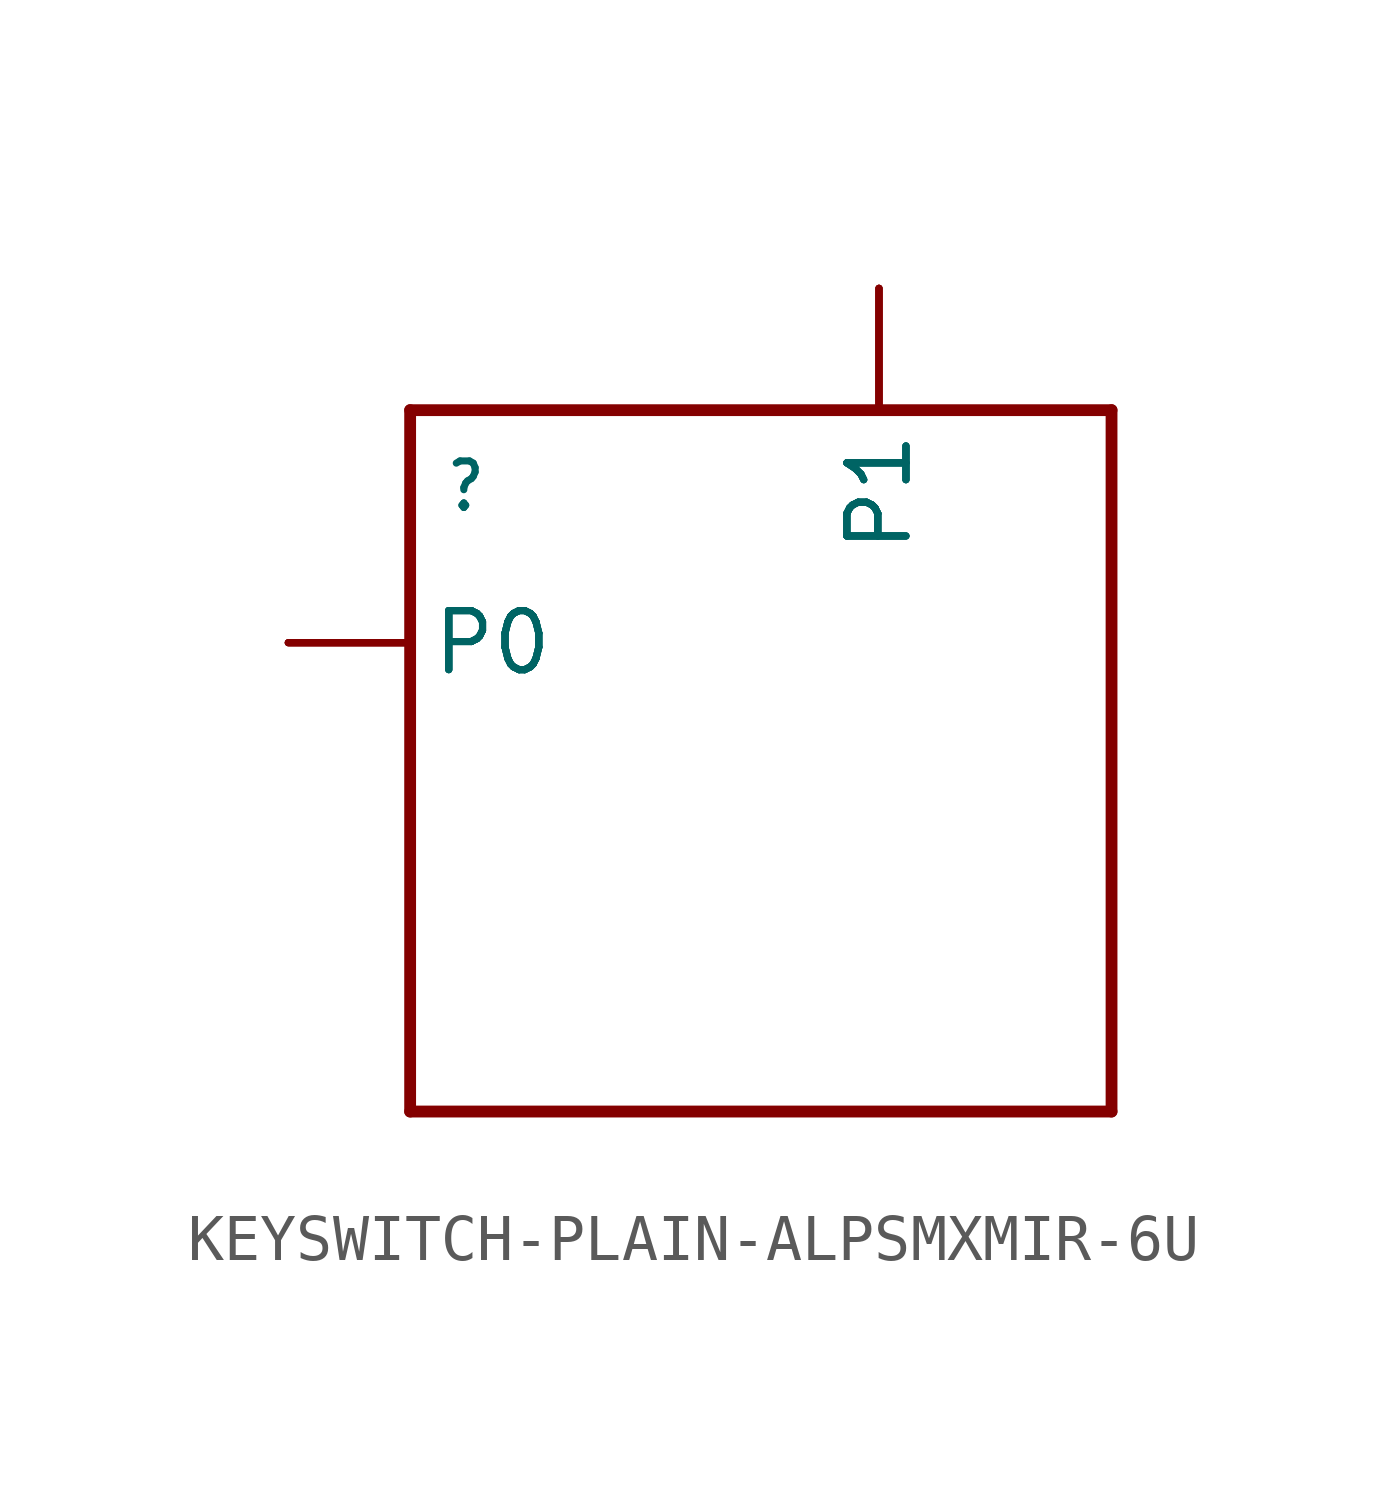
<source format=kicad_sym>
(kicad_symbol_lib
  (version 20211014)
  (generator kicad_symbol_editor)
  (symbol "KEYSWITCH-PLAIN-ALPSMXMIR-6U"
    (property "Reference" ""
      (at -6.81 5.318 0)
      (effects (font (size 1 0.85)) (justify left bottom)))
    (property "ki_locked" ""
      (at 0 0 0)
      (effects (font (size 1.27 1.27))))
    (symbol "KEYSWITCH-PLAIN-ALPSMXMIR-6U_1_0"
      (polyline (pts (xy -7.54 -7.54) (xy -7.54 7.54)) (stroke (width 0.254) (type default) (color 0 0 0 0)) (fill (type none)))
      (polyline (pts (xy -7.54 7.54) (xy 7.54 7.54)) (stroke (width 0.254) (type default) (color 0 0 0 0)) (fill (type none)))
      (polyline (pts (xy 7.54 -7.54) (xy -7.54 -7.54)) (stroke (width 0.254) (type default) (color 0 0 0 0)) (fill (type none)))
      (polyline (pts (xy 7.54 7.54) (xy 7.54 -7.54)) (stroke (width 0.254) (type default) (color 0 0 0 0)) (fill (type none)))
      (pin bidirectional line (at -10.16 2.54 0) (length 2.54) (name "P0" (effects (font (size 1.27 1.27)))) (number "ALPS1" (effects (font (size 0 0)))))
      (pin bidirectional line (at 2.54 10.16 270) (length 2.54) (name "P1" (effects (font (size 1.27 1.27)))) (number "ALPS2" (effects (font (size 0 0)))))
      (pin bidirectional line (at -10.16 2.54 0) (length 2.54) (name "P0" (effects (font (size 1.27 1.27)))) (number "ALPS3" (effects (font (size 0 0)))))
      (pin bidirectional line (at 2.54 10.16 270) (length 2.54) (name "P1" (effects (font (size 1.27 1.27)))) (number "ALPS4" (effects (font (size 0 0)))))
      (pin bidirectional line (at -10.16 2.54 0) (length 2.54) (name "P0" (effects (font (size 1.27 1.27)))) (number "MX1" (effects (font (size 0 0)))))
      (pin bidirectional line (at 2.54 10.16 270) (length 2.54) (name "P1" (effects (font (size 1.27 1.27)))) (number "MX2" (effects (font (size 0 0)))))
      (pin bidirectional line (at -10.16 2.54 0) (length 2.54) (name "P0" (effects (font (size 1.27 1.27)))) (number "MX3" (effects (font (size 0 0)))))
      (pin bidirectional line (at 2.54 10.16 270) (length 2.54) (name "P1" (effects (font (size 1.27 1.27)))) (number "MX4" (effects (font (size 0 0))))))))
</source>
